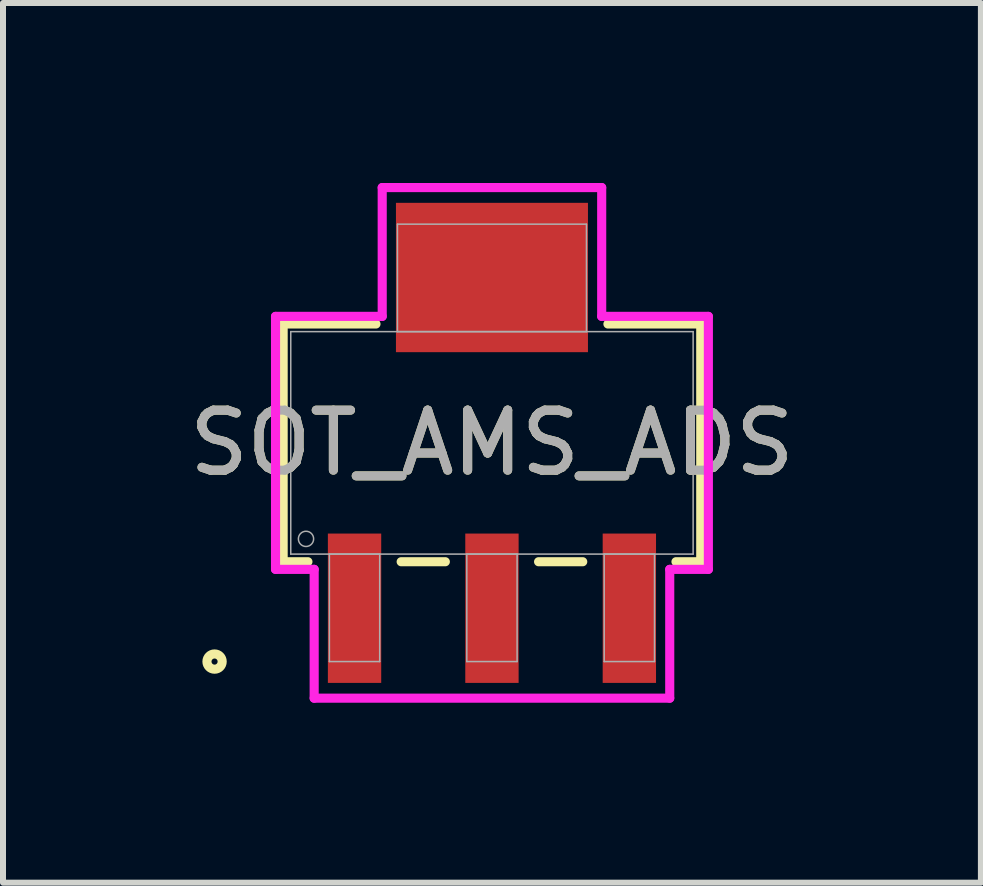
<source format=kicad_pcb>
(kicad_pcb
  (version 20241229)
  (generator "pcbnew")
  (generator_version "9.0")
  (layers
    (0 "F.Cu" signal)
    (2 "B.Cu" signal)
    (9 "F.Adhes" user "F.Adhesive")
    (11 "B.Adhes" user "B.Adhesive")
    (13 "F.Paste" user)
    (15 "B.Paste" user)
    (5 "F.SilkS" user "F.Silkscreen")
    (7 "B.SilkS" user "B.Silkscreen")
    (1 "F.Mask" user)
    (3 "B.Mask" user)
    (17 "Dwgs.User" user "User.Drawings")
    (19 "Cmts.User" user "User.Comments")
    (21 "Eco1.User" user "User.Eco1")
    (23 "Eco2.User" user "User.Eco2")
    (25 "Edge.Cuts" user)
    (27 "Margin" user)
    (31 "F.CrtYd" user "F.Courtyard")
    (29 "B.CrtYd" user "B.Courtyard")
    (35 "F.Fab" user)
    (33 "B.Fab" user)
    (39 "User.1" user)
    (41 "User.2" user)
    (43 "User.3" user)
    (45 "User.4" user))
  (footprint "SOT_AMS_ADS"
    (layer "F.Cu")
    (at 5.149 4.331)
    (property "Reference" "SOT_AMS_ADS" (at 0 0 0) (unlocked yes) (layer "F.SilkS") (effects (font (size 1 1) (thickness 0.15))))
    (attr smd)
    (fp_line (start -3.48 -1.981) (end -3.48 1.981) (stroke (width 0.152) (type solid)) (layer "F.SilkS"))
    (fp_line (start -3.48 1.981) (end -3.067 1.981) (stroke (width 0.152) (type solid)) (layer "F.SilkS"))
    (fp_line (start -1.933 -1.981) (end -3.48 -1.981) (stroke (width 0.152) (type solid)) (layer "F.SilkS"))
    (fp_line (start -1.513 1.981) (end -0.777 1.981) (stroke (width 0.152) (type solid)) (layer "F.SilkS"))
    (fp_line (start 0.777 1.981) (end 1.513 1.981) (stroke (width 0.152) (type solid)) (layer "F.SilkS"))
    (fp_line (start 3.067 1.981) (end 3.48 1.981) (stroke (width 0.152) (type solid)) (layer "F.SilkS"))
    (fp_line (start 3.48 -1.981) (end 1.933 -1.981) (stroke (width 0.152) (type solid)) (layer "F.SilkS"))
    (fp_line (start 3.48 1.981) (end 3.48 -1.981) (stroke (width 0.152) (type solid)) (layer "F.SilkS"))
    (fp_circle (center -4.623 3.645) (end -4.496 3.645) (stroke (width 0.152) (type solid)) (fill no) (layer "F.SilkS"))
    (fp_line (start -3.607 -2.108) (end -1.829 -2.108) (stroke (width 0.152) (type solid)) (layer "F.CrtYd"))
    (fp_line (start -3.607 2.108) (end -3.607 -2.108) (stroke (width 0.152) (type solid)) (layer "F.CrtYd"))
    (fp_line (start -2.963 2.108) (end -3.607 2.108) (stroke (width 0.152) (type solid)) (layer "F.CrtYd"))
    (fp_line (start -2.963 4.255) (end -2.963 2.108) (stroke (width 0.152) (type solid)) (layer "F.CrtYd"))
    (fp_line (start -1.829 -4.255) (end 1.829 -4.255) (stroke (width 0.152) (type solid)) (layer "F.CrtYd"))
    (fp_line (start -1.829 -2.108) (end -1.829 -4.255) (stroke (width 0.152) (type solid)) (layer "F.CrtYd"))
    (fp_line (start 1.829 -4.255) (end 1.829 -2.108) (stroke (width 0.152) (type solid)) (layer "F.CrtYd"))
    (fp_line (start 1.829 -2.108) (end 3.607 -2.108) (stroke (width 0.152) (type solid)) (layer "F.CrtYd"))
    (fp_line (start 2.963 2.108) (end 2.963 4.255) (stroke (width 0.152) (type solid)) (layer "F.CrtYd"))
    (fp_line (start 2.963 4.255) (end -2.963 4.255) (stroke (width 0.152) (type solid)) (layer "F.CrtYd"))
    (fp_line (start 3.607 -2.108) (end 3.607 2.108) (stroke (width 0.152) (type solid)) (layer "F.CrtYd"))
    (fp_line (start 3.607 2.108) (end 2.963 2.108) (stroke (width 0.152) (type solid)) (layer "F.CrtYd"))
    (fp_line (start -3.353 -1.854) (end -3.353 1.854) (stroke (width 0.025) (type solid)) (layer "F.Fab"))
    (fp_line (start -3.353 1.854) (end 3.353 1.854) (stroke (width 0.025) (type solid)) (layer "F.Fab"))
    (fp_line (start -2.709 1.854) (end -2.709 3.645) (stroke (width 0.025) (type solid)) (layer "F.Fab"))
    (fp_line (start -2.709 3.645) (end -1.871 3.645) (stroke (width 0.025) (type solid)) (layer "F.Fab"))
    (fp_line (start -1.871 1.854) (end -2.709 1.854) (stroke (width 0.025) (type solid)) (layer "F.Fab"))
    (fp_line (start -1.871 3.645) (end -1.871 1.854) (stroke (width 0.025) (type solid)) (layer "F.Fab"))
    (fp_line (start -1.575 -3.645) (end -1.575 -1.854) (stroke (width 0.025) (type solid)) (layer "F.Fab"))
    (fp_line (start -1.575 -1.854) (end 1.575 -1.854) (stroke (width 0.025) (type solid)) (layer "F.Fab"))
    (fp_line (start -0.419 1.854) (end -0.419 3.645) (stroke (width 0.025) (type solid)) (layer "F.Fab"))
    (fp_line (start -0.419 3.645) (end 0.419 3.645) (stroke (width 0.025) (type solid)) (layer "F.Fab"))
    (fp_line (start 0.419 1.854) (end -0.419 1.854) (stroke (width 0.025) (type solid)) (layer "F.Fab"))
    (fp_line (start 0.419 3.645) (end 0.419 1.854) (stroke (width 0.025) (type solid)) (layer "F.Fab"))
    (fp_line (start 1.575 -3.645) (end -1.575 -3.645) (stroke (width 0.025) (type solid)) (layer "F.Fab"))
    (fp_line (start 1.575 -1.854) (end 1.575 -3.645) (stroke (width 0.025) (type solid)) (layer "F.Fab"))
    (fp_line (start 1.871 1.854) (end 1.871 3.645) (stroke (width 0.025) (type solid)) (layer "F.Fab"))
    (fp_line (start 1.871 3.645) (end 2.709 3.645) (stroke (width 0.025) (type solid)) (layer "F.Fab"))
    (fp_line (start 2.709 1.854) (end 1.871 1.854) (stroke (width 0.025) (type solid)) (layer "F.Fab"))
    (fp_line (start 2.709 3.645) (end 2.709 1.854) (stroke (width 0.025) (type solid)) (layer "F.Fab"))
    (fp_line (start 3.353 -1.854) (end -3.353 -1.854) (stroke (width 0.025) (type solid)) (layer "F.Fab"))
    (fp_line (start 3.353 1.854) (end 3.353 -1.854) (stroke (width 0.025) (type solid)) (layer "F.Fab"))
    (fp_circle (center -3.099 1.6) (end -2.972 1.6) (stroke (width 0.025) (type solid)) (fill no) (layer "F.Fab"))
    (fp_text user "${REFERENCE}" (at 0 0 0) (unlocked yes) (layer "F.Fab") (effects (font (size 1 1) (thickness 0.15))))
    (pad "1" smd rect (at -2.29 2.756) (size 0.889 2.489) (layers "F.Cu" "F.Mask" "F.Paste"))
    (pad "2" smd rect (at 0 2.756) (size 0.889 2.489) (layers "F.Cu" "F.Mask" "F.Paste"))
    (pad "3" smd rect (at 2.29 2.756) (size 0.889 2.489) (layers "F.Cu" "F.Mask" "F.Paste"))
    (pad "4" smd rect (at 0 -2.756) (size 3.2 2.489) (layers "F.Cu" "F.Mask" "F.Paste")))
  (gr_rect
    (start -3 -3)
    (end 13.298 11.661)
    (stroke (width 0.1) (type default))
    (fill no)
    (layer "Edge.Cuts")))
</source>
